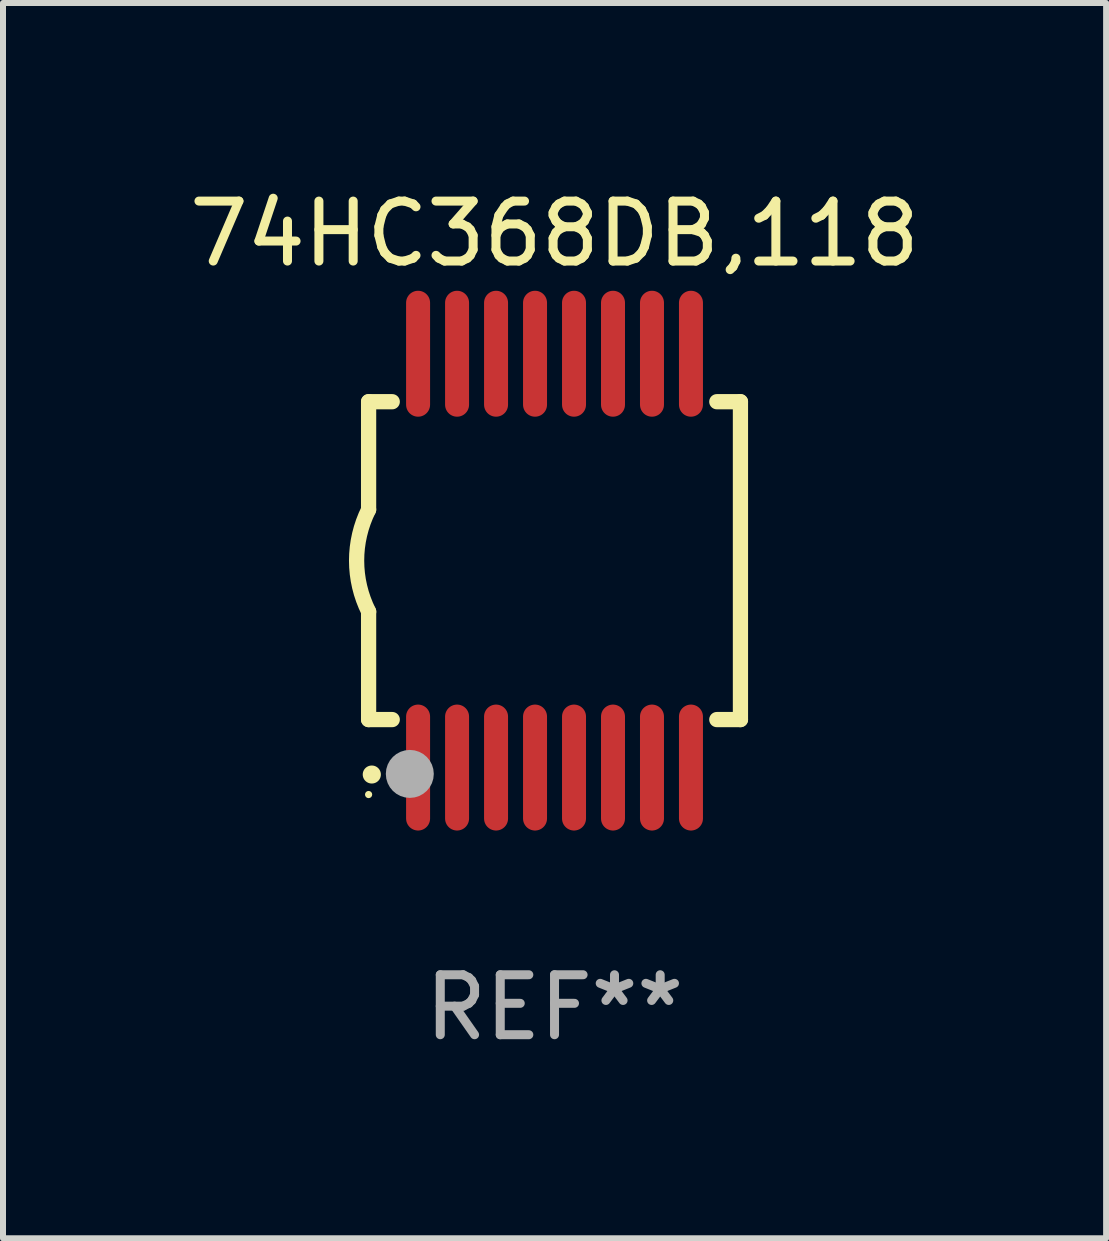
<source format=kicad_pcb>
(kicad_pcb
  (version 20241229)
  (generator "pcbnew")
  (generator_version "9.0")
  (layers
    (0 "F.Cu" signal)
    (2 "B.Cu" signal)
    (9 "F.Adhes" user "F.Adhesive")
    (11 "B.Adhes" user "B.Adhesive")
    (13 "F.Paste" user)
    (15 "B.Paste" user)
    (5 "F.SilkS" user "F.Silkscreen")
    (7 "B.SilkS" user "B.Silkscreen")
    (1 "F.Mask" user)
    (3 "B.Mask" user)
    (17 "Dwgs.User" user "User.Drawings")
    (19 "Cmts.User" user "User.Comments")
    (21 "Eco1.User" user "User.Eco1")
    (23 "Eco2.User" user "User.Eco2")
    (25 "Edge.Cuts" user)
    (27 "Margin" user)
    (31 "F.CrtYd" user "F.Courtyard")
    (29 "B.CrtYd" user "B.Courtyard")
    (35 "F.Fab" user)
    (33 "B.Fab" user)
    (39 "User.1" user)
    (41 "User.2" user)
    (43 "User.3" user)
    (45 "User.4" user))
  (footprint "74HC368DB,118"
    (layer "F.Cu")
    (at 6.196 6.298)
    (property "Reference" "74HC368DB,118" (at 0 -5.45 0) (layer "F.SilkS") (effects (font (size 1 1) (thickness 0.15))))
    (attr through_hole)
    (fp_line (start -3.1 -2.65) (end -3.1 -0.85) (stroke (width 0.254) (type solid)) (layer "F.SilkS"))
    (fp_line (start -3.1 -2.65) (end -2.706 -2.65) (stroke (width 0.254) (type solid)) (layer "F.SilkS"))
    (fp_line (start -3.1 2.65) (end -3.1 0.85) (stroke (width 0.254) (type solid)) (layer "F.SilkS"))
    (fp_line (start -3.1 2.65) (end -2.706 2.65) (stroke (width 0.254) (type solid)) (layer "F.SilkS"))
    (fp_line (start 2.706 -2.65) (end 3.1 -2.65) (stroke (width 0.254) (type solid)) (layer "F.SilkS"))
    (fp_line (start 2.706 2.65) (end 3.1 2.65) (stroke (width 0.254) (type solid)) (layer "F.SilkS"))
    (fp_line (start 3.1 -2.65) (end 3.1 2.65) (stroke (width 0.254) (type solid)) (layer "F.SilkS"))
    (fp_arc (start -3.098907 0.850902) (mid -3.300057 0.000523) (end -3.1 -0.850114) (stroke (width 0.254001) (type solid)) (layer "F.SilkS"))
    (fp_arc (start -3.048006 3.566066) (mid -3.046736 3.566061) (end -3.045466 3.566066) (stroke (width 0.3) (type solid)) (layer "F.SilkS"))
    (fp_circle (center -3.1 3.9) (end -3.07 3.9) (stroke (width 0.06) (type solid)) (fill no) (layer "F.SilkS"))
    (fp_circle (center -2.413 3.556) (end -2.213 3.556) (stroke (width 0.4) (type solid)) (fill no) (layer "F.Fab"))
    (fp_text user "REF**" (at 0 7.45 0) (layer "F.Fab") (effects (font (size 1 1) (thickness 0.15))))
    (pad "1" smd oval (at -2.275 3.45 180) (size 0.4 2.1) (layers "F.Cu" "F.Mask" "F.Paste"))
    (pad "2" smd oval (at -1.625 3.45 180) (size 0.4 2.1) (layers "F.Cu" "F.Mask" "F.Paste"))
    (pad "3" smd oval (at -0.975 3.45 180) (size 0.4 2.1) (layers "F.Cu" "F.Mask" "F.Paste"))
    (pad "4" smd oval (at -0.325 3.45 180) (size 0.4 2.1) (layers "F.Cu" "F.Mask" "F.Paste"))
    (pad "5" smd oval (at 0.325 3.45 180) (size 0.4 2.1) (layers "F.Cu" "F.Mask" "F.Paste"))
    (pad "6" smd oval (at 0.975 3.45 180) (size 0.4 2.1) (layers "F.Cu" "F.Mask" "F.Paste"))
    (pad "7" smd oval (at 1.625 3.45 180) (size 0.4 2.1) (layers "F.Cu" "F.Mask" "F.Paste"))
    (pad "8" smd oval (at 2.275 3.45 180) (size 0.4 2.1) (layers "F.Cu" "F.Mask" "F.Paste"))
    (pad "9" smd oval (at 2.275 -3.45 180) (size 0.4 2.1) (layers "F.Cu" "F.Mask" "F.Paste"))
    (pad "10" smd oval (at 1.625 -3.45 180) (size 0.4 2.1) (layers "F.Cu" "F.Mask" "F.Paste"))
    (pad "11" smd oval (at 0.975 -3.45 180) (size 0.4 2.1) (layers "F.Cu" "F.Mask" "F.Paste"))
    (pad "12" smd oval (at 0.325 -3.45 180) (size 0.4 2.1) (layers "F.Cu" "F.Mask" "F.Paste"))
    (pad "13" smd oval (at -0.325 -3.45 180) (size 0.4 2.1) (layers "F.Cu" "F.Mask" "F.Paste"))
    (pad "14" smd oval (at -0.975 -3.45 180) (size 0.4 2.1) (layers "F.Cu" "F.Mask" "F.Paste"))
    (pad "15" smd oval (at -1.625 -3.45 180) (size 0.4 2.1) (layers "F.Cu" "F.Mask" "F.Paste"))
    (pad "16" smd oval (at -2.275 -3.45 180) (size 0.4 2.1) (layers "F.Cu" "F.Mask" "F.Paste")))
  (gr_rect
    (start -3 -3)
    (end 15.393 17.597)
    (stroke (width 0.1) (type default))
    (fill no)
    (layer "Edge.Cuts")))
</source>
